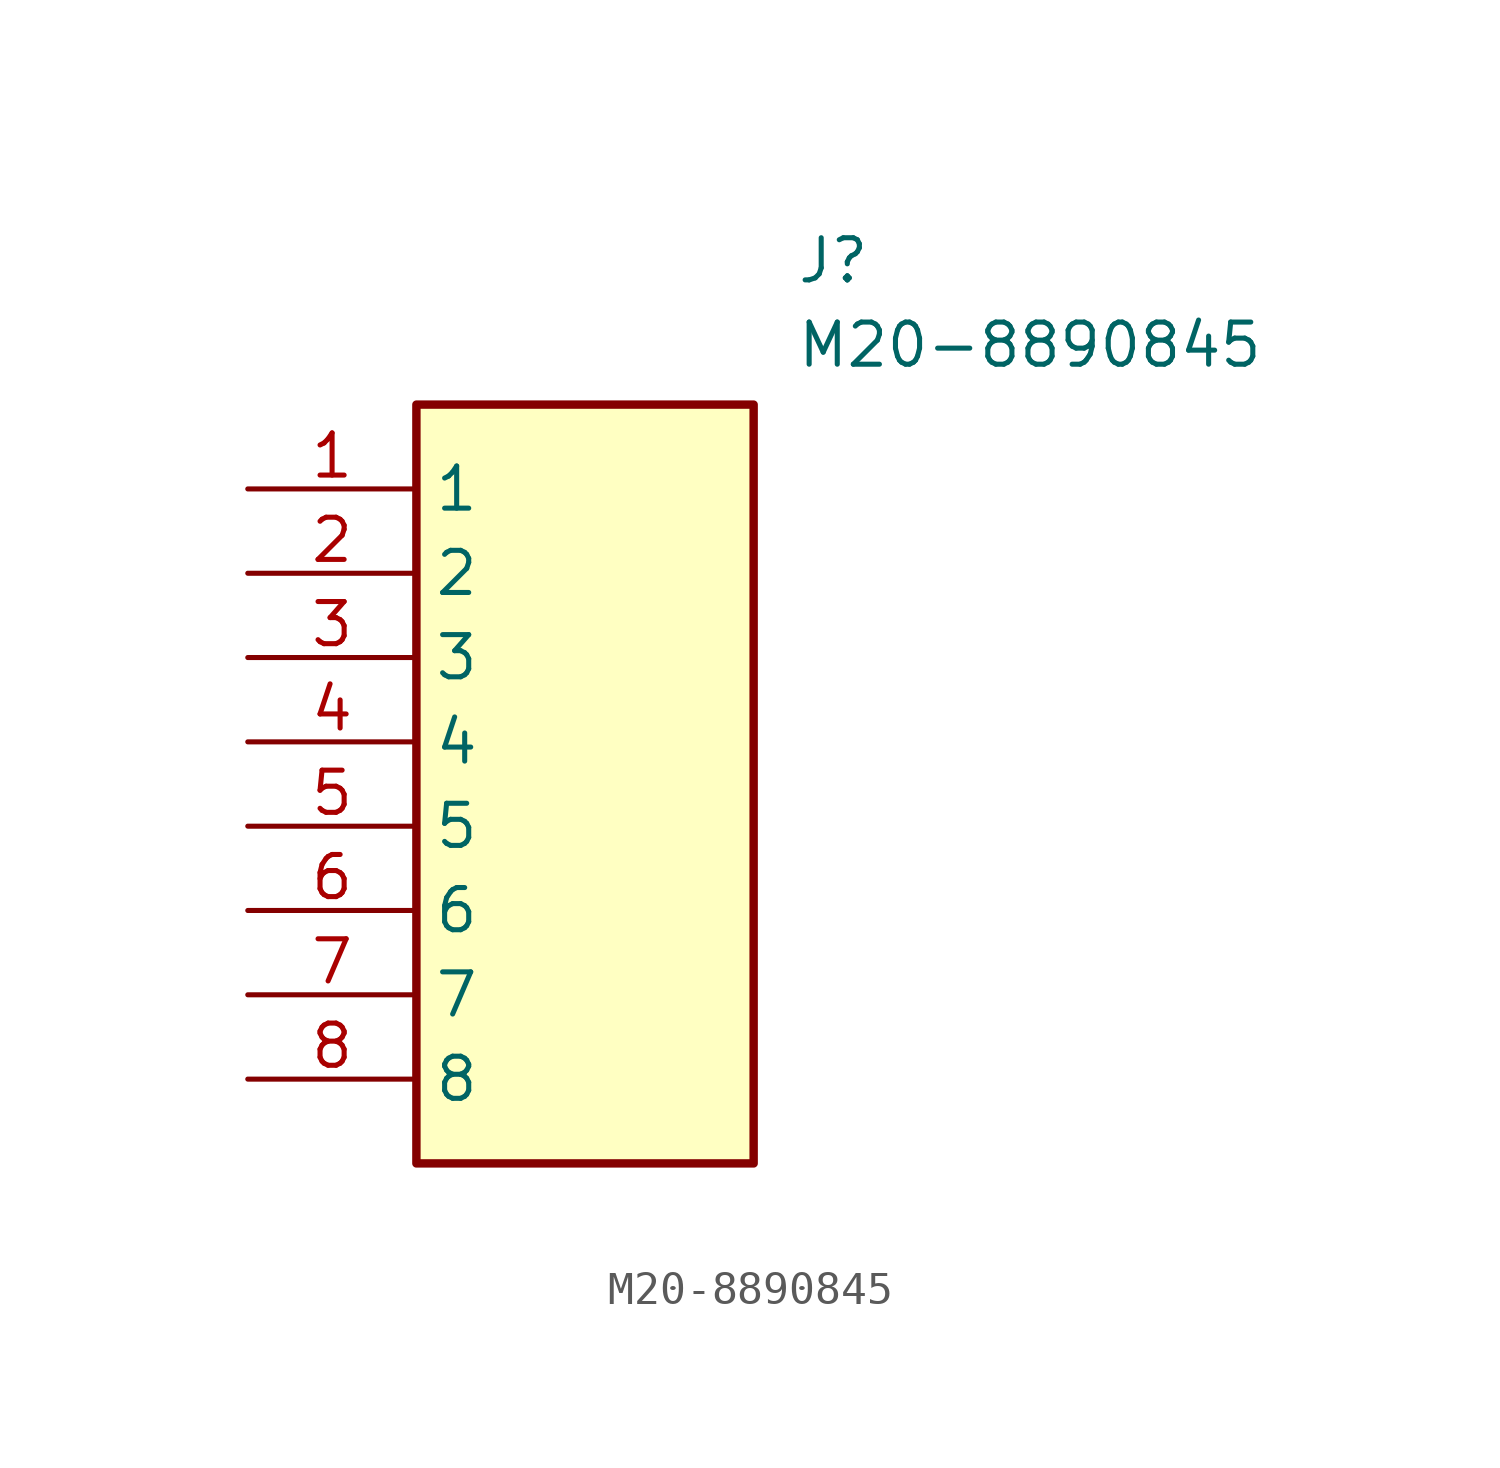
<source format=kicad_sym>
(kicad_symbol_lib
  (version 20211014)
  (generator SamacSys_ECAD_Model)
  (symbol "M20-8890845"
    (property "Reference" "J"
      (at 16.51 7.62 0)
      (effects (font (size 1.27 1.27)) (justify left top)))
    (property "Value" "M20-8890845"
      (at 16.51 5.08 0)
      (effects (font (size 1.27 1.27)) (justify left top)))
    (rectangle
      (start 5.08 2.54)
      (end 15.24 -20.32)
      (stroke (width 0.254) (type default))
      (fill (type background)))
    (pin passive line
      (at 0 0 0)
      (length 5.08)
      (name "1" (effects (font (size 1.27 1.27))))
      (number "1" (effects (font (size 1.27 1.27)))))
    (pin passive line
      (at 0 -2.54 0)
      (length 5.08)
      (name "2" (effects (font (size 1.27 1.27))))
      (number "2" (effects (font (size 1.27 1.27)))))
    (pin passive line
      (at 0 -5.08 0)
      (length 5.08)
      (name "3" (effects (font (size 1.27 1.27))))
      (number "3" (effects (font (size 1.27 1.27)))))
    (pin passive line
      (at 0 -7.62 0)
      (length 5.08)
      (name "4" (effects (font (size 1.27 1.27))))
      (number "4" (effects (font (size 1.27 1.27)))))
    (pin passive line
      (at 0 -10.16 0)
      (length 5.08)
      (name "5" (effects (font (size 1.27 1.27))))
      (number "5" (effects (font (size 1.27 1.27)))))
    (pin passive line
      (at 0 -12.7 0)
      (length 5.08)
      (name "6" (effects (font (size 1.27 1.27))))
      (number "6" (effects (font (size 1.27 1.27)))))
    (pin passive line
      (at 0 -15.24 0)
      (length 5.08)
      (name "7" (effects (font (size 1.27 1.27))))
      (number "7" (effects (font (size 1.27 1.27)))))
    (pin passive line
      (at 0 -17.78 0)
      (length 5.08)
      (name "8" (effects (font (size 1.27 1.27))))
      (number "8" (effects (font (size 1.27 1.27)))))))
</source>
